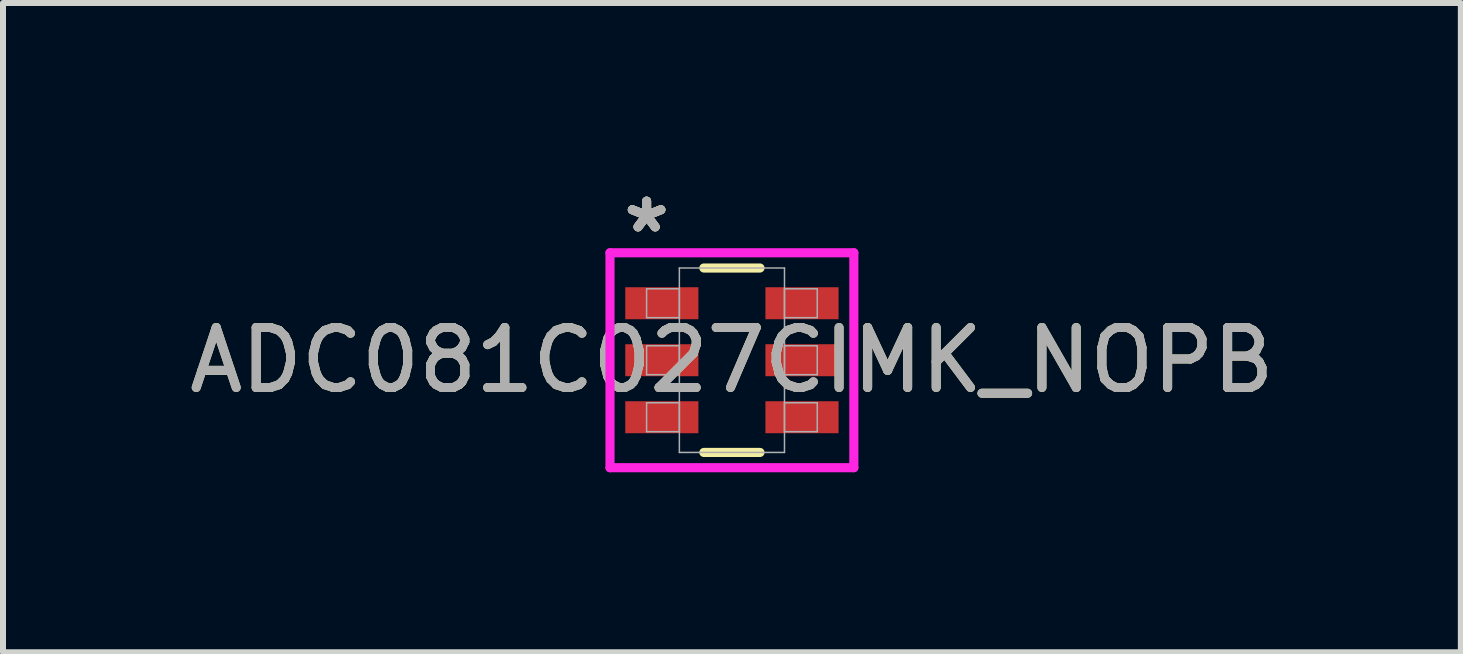
<source format=kicad_pcb>
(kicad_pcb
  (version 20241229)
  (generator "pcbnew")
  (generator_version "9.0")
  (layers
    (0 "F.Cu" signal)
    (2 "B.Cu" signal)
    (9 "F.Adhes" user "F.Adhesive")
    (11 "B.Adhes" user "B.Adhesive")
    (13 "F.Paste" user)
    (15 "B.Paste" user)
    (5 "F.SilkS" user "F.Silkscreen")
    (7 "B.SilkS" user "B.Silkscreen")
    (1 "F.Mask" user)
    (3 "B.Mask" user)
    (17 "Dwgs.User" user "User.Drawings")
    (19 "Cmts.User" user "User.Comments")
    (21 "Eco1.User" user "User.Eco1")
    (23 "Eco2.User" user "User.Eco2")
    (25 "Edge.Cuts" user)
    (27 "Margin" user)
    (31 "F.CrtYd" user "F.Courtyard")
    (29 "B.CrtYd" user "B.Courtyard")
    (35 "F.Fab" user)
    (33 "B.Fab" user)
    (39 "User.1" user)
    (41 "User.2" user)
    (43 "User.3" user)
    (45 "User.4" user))
  (footprint "ADC081C027CIMK_NOPB"
    (layer "F.Cu")
    (at 9.149 2.954)
    (property "Reference" "ADC081C027CIMK_NOPB" (at 0 0 0) (unlocked yes) (layer "F.SilkS") (effects (font (size 1 1) (thickness 0.15))))
    (attr smd)
    (fp_line (start -0.468 1.537) (end 0.468 1.537) (stroke (width 0.152) (type solid)) (layer "F.SilkS"))
    (fp_line (start 0.468 -1.537) (end -0.468 -1.537) (stroke (width 0.152) (type solid)) (layer "F.SilkS"))
    (fp_line (start -2.032 -1.791) (end 2.032 -1.791) (stroke (width 0.152) (type solid)) (layer "F.CrtYd"))
    (fp_line (start -2.032 1.791) (end -2.032 -1.791) (stroke (width 0.152) (type solid)) (layer "F.CrtYd"))
    (fp_line (start 2.032 -1.791) (end 2.032 1.791) (stroke (width 0.152) (type solid)) (layer "F.CrtYd"))
    (fp_line (start 2.032 1.791) (end -2.032 1.791) (stroke (width 0.152) (type solid)) (layer "F.CrtYd"))
    (fp_line (start -1.422 -1.191) (end -1.422 -0.709) (stroke (width 0.025) (type solid)) (layer "F.Fab"))
    (fp_line (start -1.422 -0.709) (end -0.876 -0.709) (stroke (width 0.025) (type solid)) (layer "F.Fab"))
    (fp_line (start -1.422 -0.241) (end -1.422 0.241) (stroke (width 0.025) (type solid)) (layer "F.Fab"))
    (fp_line (start -1.422 0.241) (end -0.876 0.241) (stroke (width 0.025) (type solid)) (layer "F.Fab"))
    (fp_line (start -1.422 0.709) (end -1.422 1.191) (stroke (width 0.025) (type solid)) (layer "F.Fab"))
    (fp_line (start -1.422 1.191) (end -0.876 1.191) (stroke (width 0.025) (type solid)) (layer "F.Fab"))
    (fp_line (start -0.876 -1.537) (end -0.876 1.537) (stroke (width 0.025) (type solid)) (layer "F.Fab"))
    (fp_line (start -0.876 -1.191) (end -1.422 -1.191) (stroke (width 0.025) (type solid)) (layer "F.Fab"))
    (fp_line (start -0.876 -0.709) (end -0.876 -1.191) (stroke (width 0.025) (type solid)) (layer "F.Fab"))
    (fp_line (start -0.876 -0.241) (end -1.422 -0.241) (stroke (width 0.025) (type solid)) (layer "F.Fab"))
    (fp_line (start -0.876 0.241) (end -0.876 -0.241) (stroke (width 0.025) (type solid)) (layer "F.Fab"))
    (fp_line (start -0.876 0.709) (end -1.422 0.709) (stroke (width 0.025) (type solid)) (layer "F.Fab"))
    (fp_line (start -0.876 1.191) (end -0.876 0.709) (stroke (width 0.025) (type solid)) (layer "F.Fab"))
    (fp_line (start -0.876 1.537) (end 0.876 1.537) (stroke (width 0.025) (type solid)) (layer "F.Fab"))
    (fp_line (start 0.876 -1.537) (end -0.876 -1.537) (stroke (width 0.025) (type solid)) (layer "F.Fab"))
    (fp_line (start 0.876 -1.191) (end 0.876 -0.709) (stroke (width 0.025) (type solid)) (layer "F.Fab"))
    (fp_line (start 0.876 -0.709) (end 1.422 -0.709) (stroke (width 0.025) (type solid)) (layer "F.Fab"))
    (fp_line (start 0.876 -0.241) (end 0.876 0.241) (stroke (width 0.025) (type solid)) (layer "F.Fab"))
    (fp_line (start 0.876 0.241) (end 1.422 0.241) (stroke (width 0.025) (type solid)) (layer "F.Fab"))
    (fp_line (start 0.876 0.709) (end 0.876 1.191) (stroke (width 0.025) (type solid)) (layer "F.Fab"))
    (fp_line (start 0.876 1.191) (end 1.422 1.191) (stroke (width 0.025) (type solid)) (layer "F.Fab"))
    (fp_line (start 0.876 1.537) (end 0.876 -1.537) (stroke (width 0.025) (type solid)) (layer "F.Fab"))
    (fp_line (start 1.422 -1.191) (end 0.876 -1.191) (stroke (width 0.025) (type solid)) (layer "F.Fab"))
    (fp_line (start 1.422 -0.709) (end 1.422 -1.191) (stroke (width 0.025) (type solid)) (layer "F.Fab"))
    (fp_line (start 1.422 -0.241) (end 0.876 -0.241) (stroke (width 0.025) (type solid)) (layer "F.Fab"))
    (fp_line (start 1.422 0.241) (end 1.422 -0.241) (stroke (width 0.025) (type solid)) (layer "F.Fab"))
    (fp_line (start 1.422 0.709) (end 0.876 0.709) (stroke (width 0.025) (type solid)) (layer "F.Fab"))
    (fp_line (start 1.422 1.191) (end 1.422 0.709) (stroke (width 0.025) (type solid)) (layer "F.Fab"))
    (fp_text user "*" (at -1.422 -2.106 0) (unlocked yes) (layer "F.SilkS") (effects (font (size 1 1) (thickness 0.15))))
    (fp_text user "*" (at -1.422 -2.106 0) (layer "F.SilkS") (effects (font (size 1 1) (thickness 0.15))))
    (fp_text user "${REFERENCE}" (at 0 0 0) (unlocked yes) (layer "F.Fab") (effects (font (size 1 1) (thickness 0.15))))
    (fp_text user "*" (at -1.422 -2.106 0) (unlocked yes) (layer "F.Fab") (effects (font (size 1 1) (thickness 0.15))))
    (fp_text user "*" (at -1.422 -2.106 0) (layer "F.Fab") (effects (font (size 1 1) (thickness 0.15))))
    (pad "1" smd rect (at -1.168 -0.95) (size 1.219 0.533) (layers "F.Cu" "F.Mask" "F.Paste"))
    (pad "2" smd rect (at -1.168 0) (size 1.219 0.533) (layers "F.Cu" "F.Mask" "F.Paste"))
    (pad "3" smd rect (at -1.168 0.95) (size 1.219 0.533) (layers "F.Cu" "F.Mask" "F.Paste"))
    (pad "4" smd rect (at 1.168 0.95) (size 1.219 0.533) (layers "F.Cu" "F.Mask" "F.Paste"))
    (pad "5" smd rect (at 1.168 0) (size 1.219 0.533) (layers "F.Cu" "F.Mask" "F.Paste"))
    (pad "6" smd rect (at 1.168 -0.95) (size 1.219 0.533) (layers "F.Cu" "F.Mask" "F.Paste")))
  (gr_rect
    (start -3 -3)
    (end 21.298 7.821)
    (stroke (width 0.1) (type default))
    (fill no)
    (layer "Edge.Cuts")))
</source>
